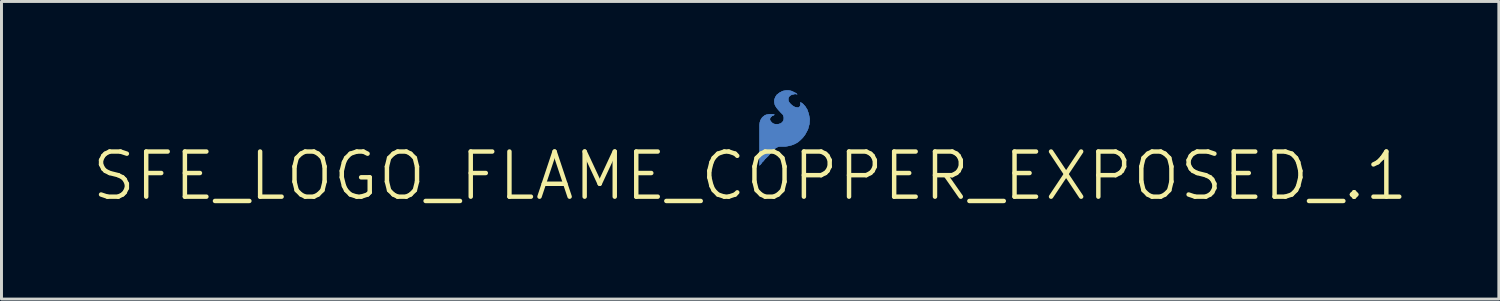
<source format=kicad_pcb>
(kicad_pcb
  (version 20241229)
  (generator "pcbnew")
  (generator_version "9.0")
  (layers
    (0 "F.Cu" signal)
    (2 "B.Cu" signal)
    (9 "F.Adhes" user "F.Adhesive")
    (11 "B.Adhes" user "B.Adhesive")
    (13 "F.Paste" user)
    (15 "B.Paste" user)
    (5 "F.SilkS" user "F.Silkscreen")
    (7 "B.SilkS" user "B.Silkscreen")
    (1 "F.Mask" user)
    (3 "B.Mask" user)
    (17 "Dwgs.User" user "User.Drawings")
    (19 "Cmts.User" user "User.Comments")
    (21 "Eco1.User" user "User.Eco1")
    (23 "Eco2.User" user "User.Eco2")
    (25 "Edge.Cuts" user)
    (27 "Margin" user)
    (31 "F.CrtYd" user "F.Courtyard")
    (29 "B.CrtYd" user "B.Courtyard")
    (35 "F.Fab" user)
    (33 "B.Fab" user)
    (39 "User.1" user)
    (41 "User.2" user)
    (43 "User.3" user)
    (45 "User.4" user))
  (footprint "SFE_LOGO_FLAME_COPPER_EXPOSED_.1"
    (layer "F.Cu")
    (at 22.279 2.893)
    (property "Reference" "SFE_LOGO_FLAME_COPPER_EXPOSED_.1" (at 0 0 0) (layer "F.SilkS") (effects (font (size 1.524 1.524) (thickness 0.15))))
    (attr exclude_from_pos_files exclude_from_bom)
    (fp_poly (pts (xy 1.699 -2.489) (xy 1.699 -2.398) (xy 1.689 -2.37) (xy 1.679 -2.349) (xy 1.648 -2.319) (xy 1.618 -2.309) (xy 1.587 -2.309) (xy 1.509 -2.329) (xy 1.468 -2.349) (xy 1.438 -2.37) (xy 1.4 -2.398) (xy 1.339 -2.459) (xy 1.298 -2.52) (xy 1.288 -2.558) (xy 1.288 -2.619) (xy 1.298 -2.649) (xy 1.308 -2.67) (xy 1.328 -2.697) (xy 1.369 -2.728) (xy 1.41 -2.748) (xy 1.458 -2.758) (xy 1.499 -2.769) (xy 1.56 -2.769) (xy 1.58 -2.758) (xy 1.587 -2.758) (xy 1.58 -2.769) (xy 1.539 -2.799) (xy 1.4 -2.868) (xy 1.308 -2.888) (xy 1.209 -2.888) (xy 1.1 -2.868) (xy 0.988 -2.809) (xy 0.899 -2.738) (xy 0.848 -2.659) (xy 0.818 -2.568) (xy 0.818 -2.489) (xy 0.838 -2.398) (xy 0.889 -2.309) (xy 0.958 -2.228) (xy 1.039 -2.139) (xy 1.11 -2.068) (xy 1.138 -1.989) (xy 1.138 -1.918) (xy 1.118 -1.859) (xy 1.079 -1.808) (xy 1.019 -1.768) (xy 0.94 -1.748) (xy 0.859 -1.748) (xy 0.808 -1.758) (xy 0.759 -1.778) (xy 0.699 -1.839) (xy 0.678 -1.869) (xy 0.668 -1.9) (xy 0.668 -1.938) (xy 0.678 -1.968) (xy 0.739 -2.029) (xy 0.77 -2.04) (xy 0.808 -2.06) (xy 0.818 -2.068) (xy 0.78 -2.088) (xy 0.658 -2.088) (xy 0.599 -2.078) (xy 0.549 -2.068) (xy 0.498 -2.05) (xy 0.46 -2.019) (xy 0.409 -1.979) (xy 0.348 -1.88) (xy 0.328 -1.808) (xy 0.318 -1.73) (xy 0.318 -0.358) (xy 0.368 -0.409) (xy 0.399 -0.46) (xy 0.45 -0.508) (xy 0.498 -0.569) (xy 0.62 -0.688) (xy 0.739 -0.828) (xy 0.838 -0.93) (xy 0.94 -0.988) (xy 0.998 -0.998) (xy 1.189 -0.998) (xy 1.308 -1.019) (xy 1.42 -1.049) (xy 1.519 -1.09) (xy 1.618 -1.148) (xy 1.699 -1.219) (xy 1.778 -1.298) (xy 1.849 -1.389) (xy 1.948 -1.57) (xy 1.999 -1.758) (xy 2.009 -1.928) (xy 1.979 -2.088) (xy 1.928 -2.238) (xy 1.859 -2.349) (xy 1.778 -2.438)) (stroke (width 0.01) (type solid)) (fill yes) (layer "B.Cu"))
    (fp_poly (pts (xy 1.699 -2.489) (xy 1.699 -2.398) (xy 1.689 -2.37) (xy 1.679 -2.349) (xy 1.648 -2.319) (xy 1.618 -2.309) (xy 1.587 -2.309) (xy 1.509 -2.329) (xy 1.468 -2.349) (xy 1.438 -2.37) (xy 1.4 -2.398) (xy 1.339 -2.459) (xy 1.298 -2.52) (xy 1.288 -2.558) (xy 1.288 -2.619) (xy 1.298 -2.649) (xy 1.308 -2.67) (xy 1.328 -2.697) (xy 1.369 -2.728) (xy 1.41 -2.748) (xy 1.458 -2.758) (xy 1.499 -2.769) (xy 1.56 -2.769) (xy 1.58 -2.758) (xy 1.587 -2.758) (xy 1.58 -2.769) (xy 1.539 -2.799) (xy 1.4 -2.868) (xy 1.308 -2.888) (xy 1.209 -2.888) (xy 1.1 -2.868) (xy 0.988 -2.809) (xy 0.899 -2.738) (xy 0.848 -2.659) (xy 0.818 -2.568) (xy 0.818 -2.489) (xy 0.838 -2.398) (xy 0.889 -2.309) (xy 0.958 -2.228) (xy 1.039 -2.139) (xy 1.11 -2.068) (xy 1.138 -1.989) (xy 1.138 -1.918) (xy 1.118 -1.859) (xy 1.079 -1.808) (xy 1.019 -1.768) (xy 0.94 -1.748) (xy 0.859 -1.748) (xy 0.808 -1.758) (xy 0.759 -1.778) (xy 0.699 -1.839) (xy 0.678 -1.869) (xy 0.668 -1.9) (xy 0.668 -1.938) (xy 0.678 -1.968) (xy 0.739 -2.029) (xy 0.77 -2.04) (xy 0.808 -2.06) (xy 0.818 -2.068) (xy 0.78 -2.088) (xy 0.658 -2.088) (xy 0.599 -2.078) (xy 0.549 -2.068) (xy 0.498 -2.05) (xy 0.46 -2.019) (xy 0.409 -1.979) (xy 0.348 -1.88) (xy 0.328 -1.808) (xy 0.318 -1.73) (xy 0.318 -0.358) (xy 0.368 -0.409) (xy 0.399 -0.46) (xy 0.45 -0.508) (xy 0.498 -0.569) (xy 0.62 -0.688) (xy 0.739 -0.828) (xy 0.838 -0.93) (xy 0.94 -0.988) (xy 0.998 -0.998) (xy 1.189 -0.998) (xy 1.308 -1.019) (xy 1.42 -1.049) (xy 1.519 -1.09) (xy 1.618 -1.148) (xy 1.699 -1.219) (xy 1.778 -1.298) (xy 1.849 -1.389) (xy 1.948 -1.57) (xy 1.999 -1.758) (xy 2.009 -1.928) (xy 1.979 -2.088) (xy 1.928 -2.238) (xy 1.859 -2.349) (xy 1.778 -2.438)) (stroke (width 0.01) (type solid)) (fill yes) (layer "B.Cu")))
  (gr_rect
    (start -3 -3)
    (end 47.559 7.048)
    (stroke (width 0.1) (type default))
    (fill no)
    (layer "Edge.Cuts")))
</source>
